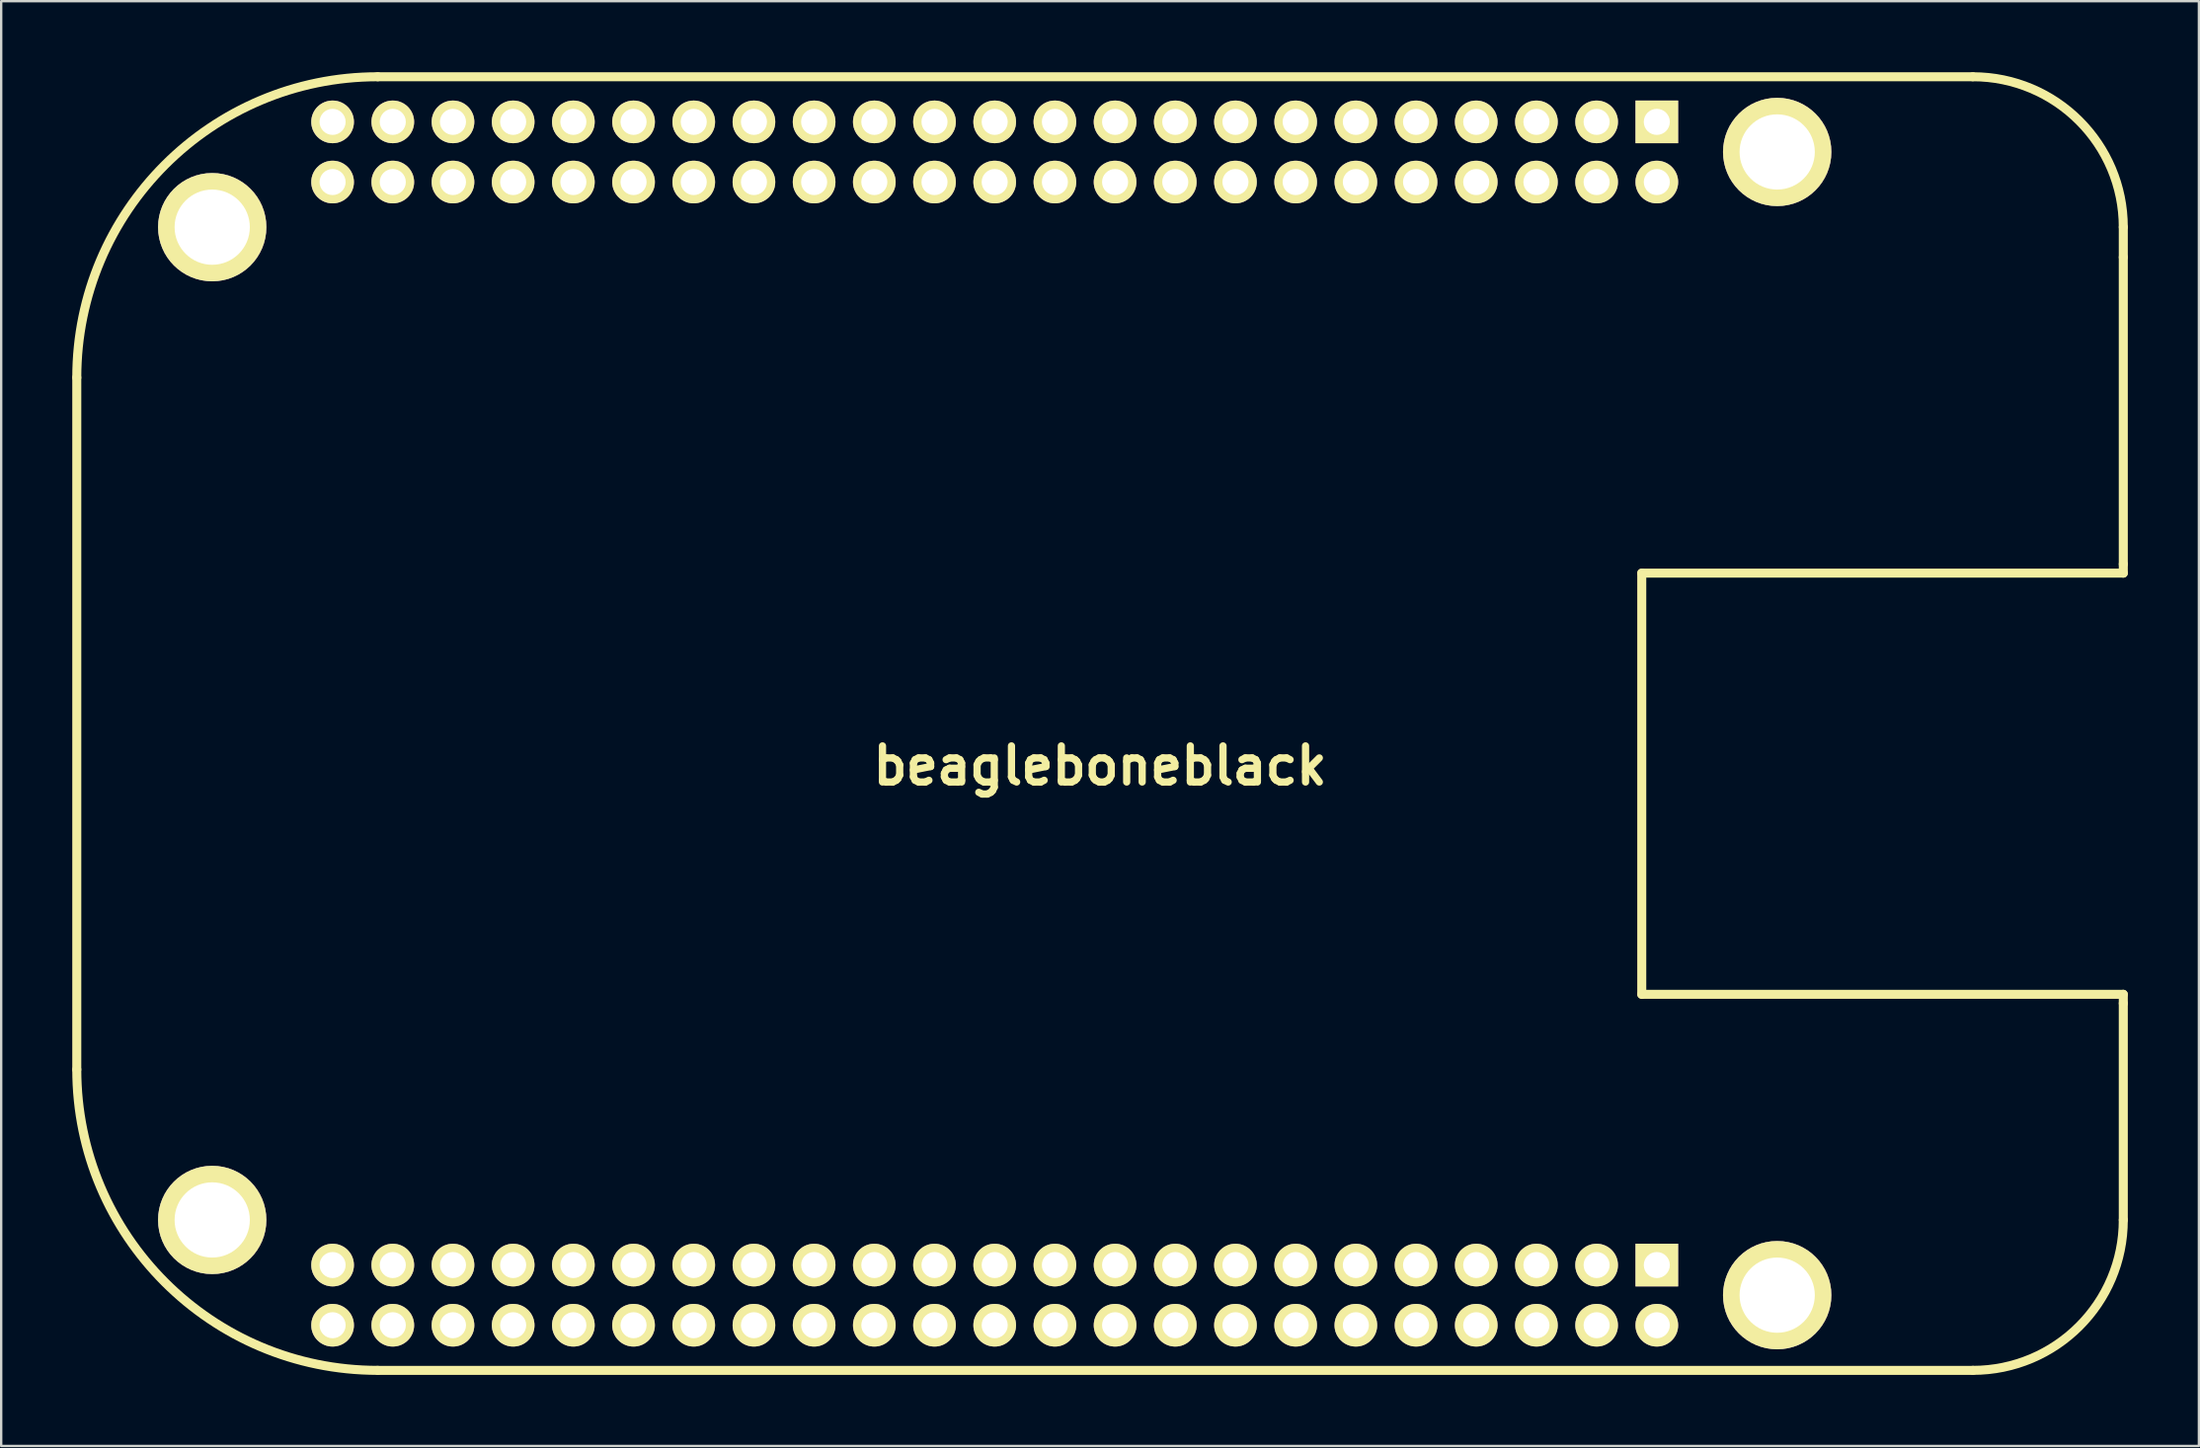
<source format=kicad_pcb>
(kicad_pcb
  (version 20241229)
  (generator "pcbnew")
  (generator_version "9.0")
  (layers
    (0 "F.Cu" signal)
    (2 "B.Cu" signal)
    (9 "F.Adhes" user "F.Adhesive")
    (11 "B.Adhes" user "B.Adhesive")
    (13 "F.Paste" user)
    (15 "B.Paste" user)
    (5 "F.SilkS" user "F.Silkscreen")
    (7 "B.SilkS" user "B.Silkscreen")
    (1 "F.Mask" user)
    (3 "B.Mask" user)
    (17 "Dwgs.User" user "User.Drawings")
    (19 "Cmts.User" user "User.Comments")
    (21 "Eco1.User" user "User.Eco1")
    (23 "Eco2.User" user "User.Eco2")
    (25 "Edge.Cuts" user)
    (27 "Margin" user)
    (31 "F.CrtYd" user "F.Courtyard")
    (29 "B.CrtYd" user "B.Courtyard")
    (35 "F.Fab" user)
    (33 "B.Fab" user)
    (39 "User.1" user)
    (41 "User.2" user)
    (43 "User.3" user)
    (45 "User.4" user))
  (footprint "beagleboneblack"
    (layer "F.Cu")
    (at 43.37 27.495)
    (property "Reference" "beagleboneblack" (at 0 1.778 0) (layer "F.SilkS") (effects (font (size 1.524 1.524) (thickness 0.305))))
    (attr through_hole)
    (fp_line (start -43.18 -14.605) (end -43.18 14.605) (stroke (width 0.381) (type solid)) (layer "F.SilkS"))
    (fp_line (start -30.48 -27.305) (end 36.83 -27.305) (stroke (width 0.381) (type solid)) (layer "F.SilkS"))
    (fp_line (start -30.48 27.305) (end 36.83 27.305) (stroke (width 0.381) (type solid)) (layer "F.SilkS"))
    (fp_line (start 22.86 -6.35) (end 43.18 -6.35) (stroke (width 0.381) (type solid)) (layer "F.SilkS"))
    (fp_line (start 22.86 11.43) (end 22.86 -6.35) (stroke (width 0.381) (type solid)) (layer "F.SilkS"))
    (fp_line (start 43.18 -20.955) (end 43.18 -19.685) (stroke (width 0.381) (type solid)) (layer "F.SilkS"))
    (fp_line (start 43.18 -6.731) (end 43.18 -19.685) (stroke (width 0.381) (type solid)) (layer "F.SilkS"))
    (fp_line (start 43.18 -6.35) (end 43.18 -6.731) (stroke (width 0.381) (type solid)) (layer "F.SilkS"))
    (fp_line (start 43.18 11.43) (end 22.86 11.43) (stroke (width 0.381) (type solid)) (layer "F.SilkS"))
    (fp_line (start 43.18 11.811) (end 43.18 11.43) (stroke (width 0.381) (type solid)) (layer "F.SilkS"))
    (fp_line (start 43.18 20.955) (end 43.18 11.811) (stroke (width 0.381) (type solid)) (layer "F.SilkS"))
    (fp_arc (start -43.18 -14.605) (mid -39.460256 -23.585256) (end -30.48 -27.305) (stroke (width 0.381) (type solid)) (layer "F.SilkS"))
    (fp_arc (start -30.48 27.305) (mid -39.460256 23.585256) (end -43.18 14.605) (stroke (width 0.381) (type solid)) (layer "F.SilkS"))
    (fp_arc (start 36.83 -27.305) (mid 41.320128 -25.445128) (end 43.18 -20.955) (stroke (width 0.381) (type solid)) (layer "F.SilkS"))
    (fp_arc (start 43.18 20.955) (mid 41.320128 25.445128) (end 36.83 27.305) (stroke (width 0.381) (type solid)) (layer "F.SilkS"))
    (pad "B1" thru_hole rect (at 23.495 22.86) (size 1.8 1.8) (drill 1.1) (layers "*.Cu" "*.Mask" "F.SilkS"))
    (pad "B2" thru_hole circle (at 23.495 25.4) (size 1.8 1.8) (drill 1.1) (layers "*.Cu" "*.Mask" "F.SilkS"))
    (pad "B3" thru_hole circle (at 20.955 22.86) (size 1.8 1.8) (drill 1.1) (layers "*.Cu" "*.Mask" "F.SilkS"))
    (pad "B4" thru_hole circle (at 20.955 25.4) (size 1.8 1.8) (drill 1.1) (layers "*.Cu" "*.Mask" "F.SilkS"))
    (pad "B5" thru_hole circle (at 18.415 22.86) (size 1.8 1.8) (drill 1.1) (layers "*.Cu" "*.Mask" "F.SilkS"))
    (pad "B6" thru_hole circle (at 18.415 25.4) (size 1.8 1.8) (drill 1.1) (layers "*.Cu" "*.Mask" "F.SilkS"))
    (pad "B7" thru_hole circle (at 15.875 22.86) (size 1.8 1.8) (drill 1.1) (layers "*.Cu" "*.Mask" "F.SilkS"))
    (pad "B8" thru_hole circle (at 15.875 25.4) (size 1.8 1.8) (drill 1.1) (layers "*.Cu" "*.Mask" "F.SilkS"))
    (pad "B9" thru_hole circle (at 13.335 22.86) (size 1.8 1.8) (drill 1.1) (layers "*.Cu" "*.Mask" "F.SilkS"))
    (pad "B10" thru_hole circle (at 13.335 25.4) (size 1.8 1.8) (drill 1.1) (layers "*.Cu" "*.Mask" "F.SilkS"))
    (pad "B11" thru_hole circle (at 10.795 22.86) (size 1.8 1.8) (drill 1.1) (layers "*.Cu" "*.Mask" "F.SilkS"))
    (pad "B12" thru_hole circle (at 10.795 25.4) (size 1.8 1.8) (drill 1.1) (layers "*.Cu" "*.Mask" "F.SilkS"))
    (pad "B13" thru_hole circle (at 8.255 22.86) (size 1.8 1.8) (drill 1.1) (layers "*.Cu" "*.Mask" "F.SilkS"))
    (pad "B14" thru_hole circle (at 8.255 25.4) (size 1.8 1.8) (drill 1.1) (layers "*.Cu" "*.Mask" "F.SilkS"))
    (pad "B15" thru_hole circle (at 5.715 22.86) (size 1.8 1.8) (drill 1.1) (layers "*.Cu" "*.Mask" "F.SilkS"))
    (pad "B16" thru_hole circle (at 5.715 25.4) (size 1.8 1.8) (drill 1.1) (layers "*.Cu" "*.Mask" "F.SilkS"))
    (pad "B17" thru_hole circle (at 3.175 22.86) (size 1.8 1.8) (drill 1.1) (layers "*.Cu" "*.Mask" "F.SilkS"))
    (pad "B18" thru_hole circle (at 3.175 25.4) (size 1.8 1.8) (drill 1.1) (layers "*.Cu" "*.Mask" "F.SilkS"))
    (pad "B19" thru_hole circle (at 0.635 22.86) (size 1.8 1.8) (drill 1.1) (layers "*.Cu" "*.Mask" "F.SilkS"))
    (pad "B20" thru_hole circle (at 0.635 25.4) (size 1.8 1.8) (drill 1.1) (layers "*.Cu" "*.Mask" "F.SilkS"))
    (pad "B21" thru_hole circle (at -1.905 22.86) (size 1.8 1.8) (drill 1.1) (layers "*.Cu" "*.Mask" "F.SilkS"))
    (pad "B22" thru_hole circle (at -1.905 25.4) (size 1.8 1.8) (drill 1.1) (layers "*.Cu" "*.Mask" "F.SilkS"))
    (pad "B23" thru_hole circle (at -4.445 22.86) (size 1.8 1.8) (drill 1.1) (layers "*.Cu" "*.Mask" "F.SilkS"))
    (pad "B24" thru_hole circle (at -4.445 25.4) (size 1.8 1.8) (drill 1.1) (layers "*.Cu" "*.Mask" "F.SilkS"))
    (pad "B25" thru_hole circle (at -6.985 22.86) (size 1.8 1.8) (drill 1.1) (layers "*.Cu" "*.Mask" "F.SilkS"))
    (pad "B26" thru_hole circle (at -6.985 25.4) (size 1.8 1.8) (drill 1.1) (layers "*.Cu" "*.Mask" "F.SilkS"))
    (pad "B27" thru_hole circle (at -9.525 22.86) (size 1.8 1.8) (drill 1.1) (layers "*.Cu" "*.Mask" "F.SilkS"))
    (pad "B28" thru_hole circle (at -9.525 25.4) (size 1.8 1.8) (drill 1.1) (layers "*.Cu" "*.Mask" "F.SilkS"))
    (pad "B29" thru_hole circle (at -12.065 22.86) (size 1.8 1.8) (drill 1.1) (layers "*.Cu" "*.Mask" "F.SilkS"))
    (pad "B30" thru_hole circle (at -12.065 25.4) (size 1.8 1.8) (drill 1.1) (layers "*.Cu" "*.Mask" "F.SilkS"))
    (pad "B31" thru_hole circle (at -14.605 22.86) (size 1.8 1.8) (drill 1.1) (layers "*.Cu" "*.Mask" "F.SilkS"))
    (pad "B32" thru_hole circle (at -14.605 25.4) (size 1.8 1.8) (drill 1.1) (layers "*.Cu" "*.Mask" "F.SilkS"))
    (pad "B33" thru_hole circle (at -17.145 22.86) (size 1.8 1.8) (drill 1.1) (layers "*.Cu" "*.Mask" "F.SilkS"))
    (pad "B34" thru_hole circle (at -17.145 25.4) (size 1.8 1.8) (drill 1.1) (layers "*.Cu" "*.Mask" "F.SilkS"))
    (pad "B35" thru_hole circle (at -19.685 22.86) (size 1.8 1.8) (drill 1.1) (layers "*.Cu" "*.Mask" "F.SilkS"))
    (pad "B36" thru_hole circle (at -19.685 25.4) (size 1.8 1.8) (drill 1.1) (layers "*.Cu" "*.Mask" "F.SilkS"))
    (pad "B37" thru_hole circle (at -22.225 22.86) (size 1.8 1.8) (drill 1.1) (layers "*.Cu" "*.Mask" "F.SilkS"))
    (pad "B38" thru_hole circle (at -22.225 25.4) (size 1.8 1.8) (drill 1.1) (layers "*.Cu" "*.Mask" "F.SilkS"))
    (pad "B39" thru_hole circle (at -24.765 22.86) (size 1.8 1.8) (drill 1.1) (layers "*.Cu" "*.Mask" "F.SilkS"))
    (pad "B40" thru_hole circle (at -24.765 25.4) (size 1.8 1.8) (drill 1.1) (layers "*.Cu" "*.Mask" "F.SilkS"))
    (pad "B41" thru_hole circle (at -27.305 22.86) (size 1.8 1.8) (drill 1.1) (layers "*.Cu" "*.Mask" "F.SilkS"))
    (pad "B42" thru_hole circle (at -27.305 25.4) (size 1.8 1.8) (drill 1.1) (layers "*.Cu" "*.Mask" "F.SilkS"))
    (pad "B43" thru_hole circle (at -29.845 22.86) (size 1.8 1.8) (drill 1.1) (layers "*.Cu" "*.Mask" "F.SilkS"))
    (pad "B44" thru_hole circle (at -29.845 25.4) (size 1.8 1.8) (drill 1.1) (layers "*.Cu" "*.Mask" "F.SilkS"))
    (pad "B45" thru_hole circle (at -32.385 22.86) (size 1.8 1.8) (drill 1.1) (layers "*.Cu" "*.Mask" "F.SilkS"))
    (pad "B46" thru_hole circle (at -32.385 25.4) (size 1.8 1.8) (drill 1.1) (layers "*.Cu" "*.Mask" "F.SilkS"))
    (pad "C1" thru_hole rect (at 23.495 -25.4) (size 1.8 1.8) (drill 1.1) (layers "*.Cu" "*.Mask" "F.SilkS"))
    (pad "C2" thru_hole circle (at 23.495 -22.86) (size 1.8 1.8) (drill 1.1) (layers "*.Cu" "*.Mask" "F.SilkS"))
    (pad "C3" thru_hole circle (at 20.955 -25.4) (size 1.8 1.8) (drill 1.1) (layers "*.Cu" "*.Mask" "F.SilkS"))
    (pad "C4" thru_hole circle (at 20.955 -22.86) (size 1.8 1.8) (drill 1.1) (layers "*.Cu" "*.Mask" "F.SilkS"))
    (pad "C5" thru_hole circle (at 18.415 -25.4) (size 1.8 1.8) (drill 1.1) (layers "*.Cu" "*.Mask" "F.SilkS"))
    (pad "C6" thru_hole circle (at 18.415 -22.86) (size 1.8 1.8) (drill 1.1) (layers "*.Cu" "*.Mask" "F.SilkS"))
    (pad "C7" thru_hole circle (at 15.875 -25.4) (size 1.8 1.8) (drill 1.1) (layers "*.Cu" "*.Mask" "F.SilkS"))
    (pad "C8" thru_hole circle (at 15.875 -22.86) (size 1.8 1.8) (drill 1.1) (layers "*.Cu" "*.Mask" "F.SilkS"))
    (pad "C9" thru_hole circle (at 13.335 -25.4) (size 1.8 1.8) (drill 1.1) (layers "*.Cu" "*.Mask" "F.SilkS"))
    (pad "C10" thru_hole circle (at 13.335 -22.86) (size 1.8 1.8) (drill 1.1) (layers "*.Cu" "*.Mask" "F.SilkS"))
    (pad "C11" thru_hole circle (at 10.795 -25.4) (size 1.8 1.8) (drill 1.1) (layers "*.Cu" "*.Mask" "F.SilkS"))
    (pad "C12" thru_hole circle (at 10.795 -22.86) (size 1.8 1.8) (drill 1.1) (layers "*.Cu" "*.Mask" "F.SilkS"))
    (pad "C13" thru_hole circle (at 8.255 -25.4) (size 1.8 1.8) (drill 1.1) (layers "*.Cu" "*.Mask" "F.SilkS"))
    (pad "C14" thru_hole circle (at 8.255 -22.86) (size 1.8 1.8) (drill 1.1) (layers "*.Cu" "*.Mask" "F.SilkS"))
    (pad "C15" thru_hole circle (at 5.715 -25.4) (size 1.8 1.8) (drill 1.1) (layers "*.Cu" "*.Mask" "F.SilkS"))
    (pad "C16" thru_hole circle (at 5.715 -22.86) (size 1.8 1.8) (drill 1.1) (layers "*.Cu" "*.Mask" "F.SilkS"))
    (pad "C17" thru_hole circle (at 3.175 -25.4) (size 1.8 1.8) (drill 1.1) (layers "*.Cu" "*.Mask" "F.SilkS"))
    (pad "C18" thru_hole circle (at 3.175 -22.86) (size 1.8 1.8) (drill 1.1) (layers "*.Cu" "*.Mask" "F.SilkS"))
    (pad "C19" thru_hole circle (at 0.635 -25.4) (size 1.8 1.8) (drill 1.1) (layers "*.Cu" "*.Mask" "F.SilkS"))
    (pad "C20" thru_hole circle (at 0.635 -22.86) (size 1.8 1.8) (drill 1.1) (layers "*.Cu" "*.Mask" "F.SilkS"))
    (pad "C21" thru_hole circle (at -1.905 -25.4) (size 1.8 1.8) (drill 1.1) (layers "*.Cu" "*.Mask" "F.SilkS"))
    (pad "C22" thru_hole circle (at -1.905 -22.86) (size 1.8 1.8) (drill 1.1) (layers "*.Cu" "*.Mask" "F.SilkS"))
    (pad "C23" thru_hole circle (at -4.445 -25.4) (size 1.8 1.8) (drill 1.1) (layers "*.Cu" "*.Mask" "F.SilkS"))
    (pad "C24" thru_hole circle (at -4.445 -22.86) (size 1.8 1.8) (drill 1.1) (layers "*.Cu" "*.Mask" "F.SilkS"))
    (pad "C25" thru_hole circle (at -6.985 -25.4) (size 1.8 1.8) (drill 1.1) (layers "*.Cu" "*.Mask" "F.SilkS"))
    (pad "C26" thru_hole circle (at -6.985 -22.86) (size 1.8 1.8) (drill 1.1) (layers "*.Cu" "*.Mask" "F.SilkS"))
    (pad "C27" thru_hole circle (at -9.525 -25.4) (size 1.8 1.8) (drill 1.1) (layers "*.Cu" "*.Mask" "F.SilkS"))
    (pad "C28" thru_hole circle (at -9.525 -22.86) (size 1.8 1.8) (drill 1.1) (layers "*.Cu" "*.Mask" "F.SilkS"))
    (pad "C29" thru_hole circle (at -12.065 -25.4) (size 1.8 1.8) (drill 1.1) (layers "*.Cu" "*.Mask" "F.SilkS"))
    (pad "C30" thru_hole circle (at -12.065 -22.86) (size 1.8 1.8) (drill 1.1) (layers "*.Cu" "*.Mask" "F.SilkS"))
    (pad "C31" thru_hole circle (at -14.605 -25.4) (size 1.8 1.8) (drill 1.1) (layers "*.Cu" "*.Mask" "F.SilkS"))
    (pad "C32" thru_hole circle (at -14.605 -22.86) (size 1.8 1.8) (drill 1.1) (layers "*.Cu" "*.Mask" "F.SilkS"))
    (pad "C33" thru_hole circle (at -17.145 -25.4) (size 1.8 1.8) (drill 1.1) (layers "*.Cu" "*.Mask" "F.SilkS"))
    (pad "C34" thru_hole circle (at -17.145 -22.86) (size 1.8 1.8) (drill 1.1) (layers "*.Cu" "*.Mask" "F.SilkS"))
    (pad "C35" thru_hole circle (at -19.685 -25.4) (size 1.8 1.8) (drill 1.1) (layers "*.Cu" "*.Mask" "F.SilkS"))
    (pad "C36" thru_hole circle (at -19.685 -22.86) (size 1.8 1.8) (drill 1.1) (layers "*.Cu" "*.Mask" "F.SilkS"))
    (pad "C37" thru_hole circle (at -22.225 -25.4) (size 1.8 1.8) (drill 1.1) (layers "*.Cu" "*.Mask" "F.SilkS"))
    (pad "C38" thru_hole circle (at -22.225 -22.86) (size 1.8 1.8) (drill 1.1) (layers "*.Cu" "*.Mask" "F.SilkS"))
    (pad "C39" thru_hole circle (at -24.765 -25.4) (size 1.8 1.8) (drill 1.1) (layers "*.Cu" "*.Mask" "F.SilkS"))
    (pad "C40" thru_hole circle (at -24.765 -22.86) (size 1.8 1.8) (drill 1.1) (layers "*.Cu" "*.Mask" "F.SilkS"))
    (pad "C41" thru_hole circle (at -27.305 -25.4) (size 1.8 1.8) (drill 1.1) (layers "*.Cu" "*.Mask" "F.SilkS"))
    (pad "C42" thru_hole circle (at -27.305 -22.86) (size 1.8 1.8) (drill 1.1) (layers "*.Cu" "*.Mask" "F.SilkS"))
    (pad "C43" thru_hole circle (at -29.845 -25.4) (size 1.8 1.8) (drill 1.1) (layers "*.Cu" "*.Mask" "F.SilkS"))
    (pad "C44" thru_hole circle (at -29.845 -22.86) (size 1.8 1.8) (drill 1.1) (layers "*.Cu" "*.Mask" "F.SilkS"))
    (pad "C45" thru_hole circle (at -32.385 -25.4) (size 1.8 1.8) (drill 1.1) (layers "*.Cu" "*.Mask" "F.SilkS"))
    (pad "C46" thru_hole circle (at -32.385 -22.86) (size 1.8 1.8) (drill 1.1) (layers "*.Cu" "*.Mask" "F.SilkS"))
    (pad "M1" thru_hole circle (at -37.465 -20.955) (size 4.572 4.572) (drill 3.175) (layers "*.Cu" "*.Mask" "F.SilkS"))
    (pad "M2" thru_hole circle (at 28.575 -24.13) (size 4.572 4.572) (drill 3.175) (layers "*.Cu" "*.Mask" "F.SilkS"))
    (pad "M3" thru_hole circle (at 28.575 24.13) (size 4.572 4.572) (drill 3.175) (layers "*.Cu" "*.Mask" "F.SilkS"))
    (pad "M4" thru_hole circle (at -37.465 20.955) (size 4.572 4.572) (drill 3.175) (layers "*.Cu" "*.Mask" "F.SilkS")))
  (gr_rect
    (start -3 -3)
    (end 89.741 57.991)
    (stroke (width 0.1) (type default))
    (fill no)
    (layer "Edge.Cuts")))
</source>
